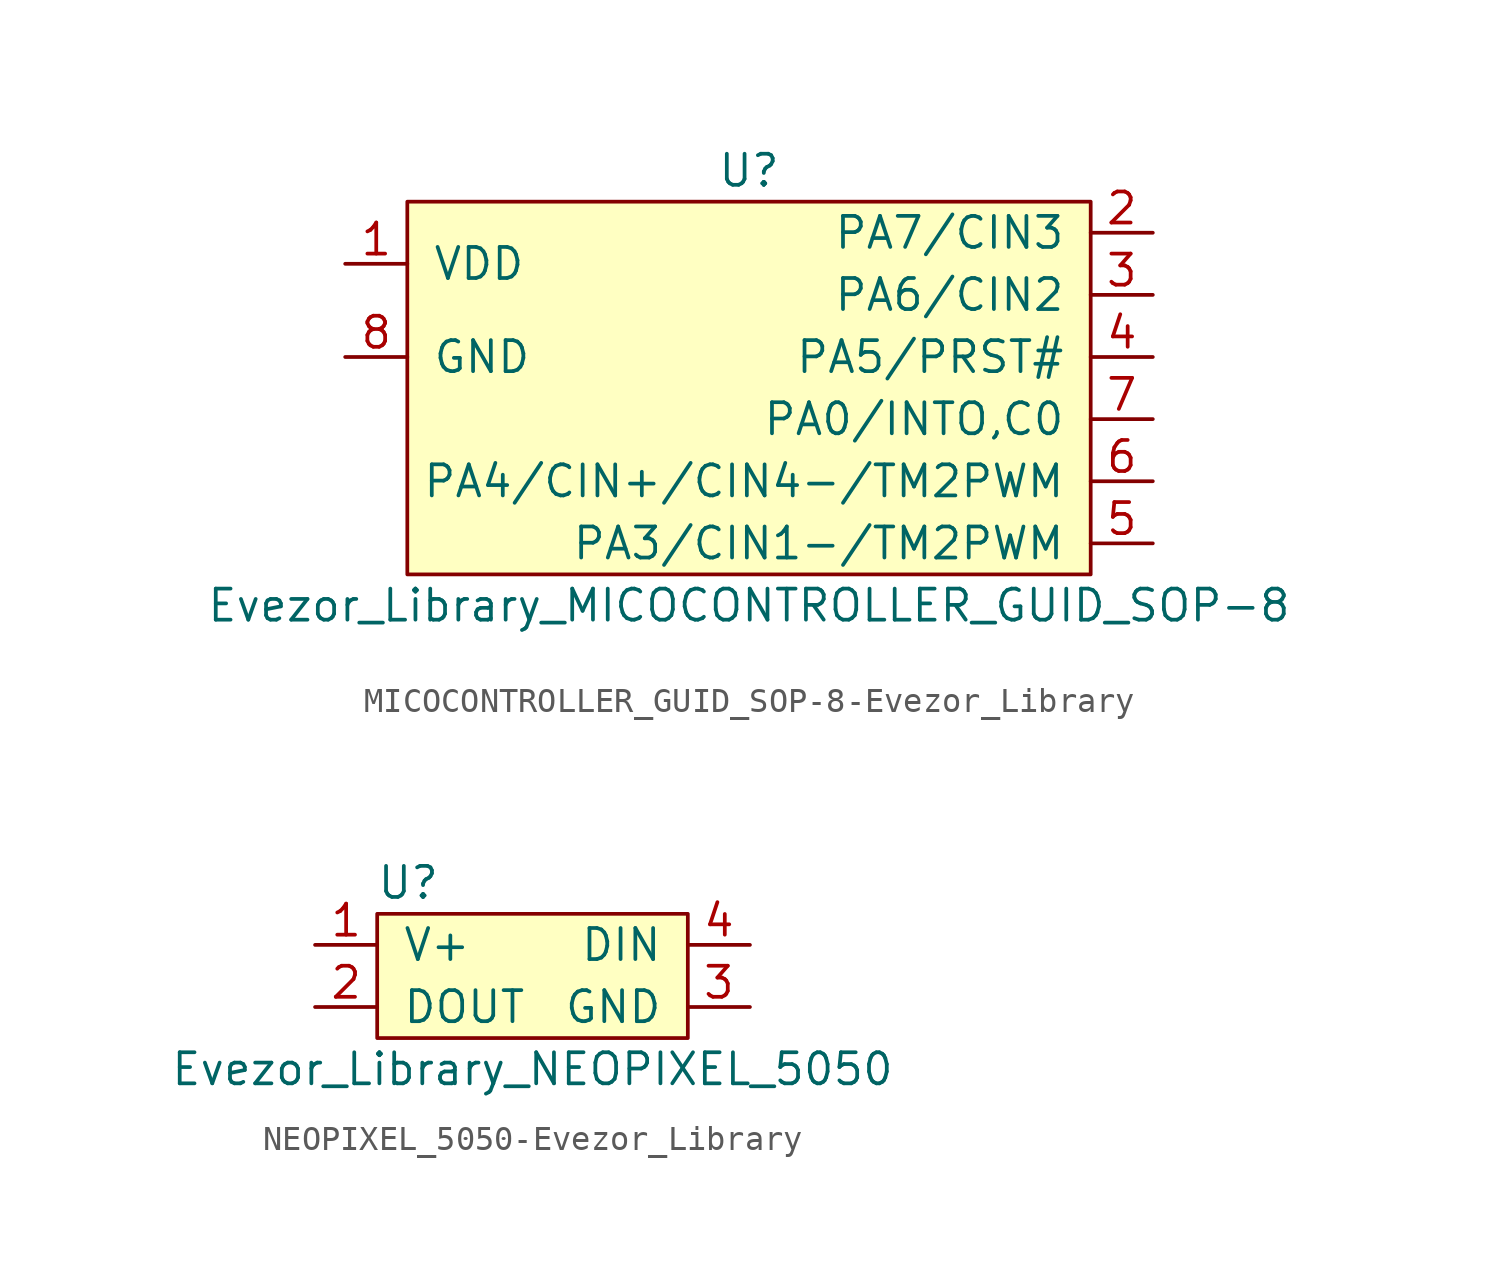
<source format=kicad_sym>
(kicad_symbol_lib
  (version 20220914)
  (generator kicad_symbol_editor)
  (symbol "MICOCONTROLLER_GUID_SOP-8-Evezor_Library"
    (pin_names
      (offset 1.016))
    (property "Reference" "U"
      (at 0 8.89 0)
      (effects (font (size 1.27 1.27))))
    (property "Value" "Evezor_Library_MICOCONTROLLER_GUID_SOP-8"
      (at 0 -8.89 0)
      (effects (font (size 1.27 1.27))))
    (symbol "MICOCONTROLLER_GUID_SOP-8-Evezor_Library_0_1"
      (rectangle (start -13.97 7.62) (end 13.97 -7.62) (stroke (width 0) (type solid)) (fill (type background))))
    (symbol "MICOCONTROLLER_GUID_SOP-8-Evezor_Library_1_1"
      (pin input line (at -16.51 5.08 0) (length 2.54) (name "VDD" (effects (font (size 1.27 1.27)))) (number "1" (effects (font (size 1.27 1.27)))))
      (pin input line (at 16.51 6.35 180) (length 2.54) (name "PA7/CIN3" (effects (font (size 1.27 1.27)))) (number "2" (effects (font (size 1.27 1.27)))))
      (pin input line (at 16.51 3.81 180) (length 2.54) (name "PA6/CIN2" (effects (font (size 1.27 1.27)))) (number "3" (effects (font (size 1.27 1.27)))))
      (pin input line (at 16.51 1.27 180) (length 2.54) (name "PA5/PRST#" (effects (font (size 1.27 1.27)))) (number "4" (effects (font (size 1.27 1.27)))))
      (pin input line (at 16.51 -6.35 180) (length 2.54) (name "PA3/CIN1-/TM2PWM" (effects (font (size 1.27 1.27)))) (number "5" (effects (font (size 1.27 1.27)))))
      (pin input line (at 16.51 -3.81 180) (length 2.54) (name "PA4/CIN+/CIN4-/TM2PWM" (effects (font (size 1.27 1.27)))) (number "6" (effects (font (size 1.27 1.27)))))
      (pin input line (at 16.51 -1.27 180) (length 2.54) (name "PA0/INTO,C0" (effects (font (size 1.27 1.27)))) (number "7" (effects (font (size 1.27 1.27)))))
      (pin input line (at -16.51 1.27 0) (length 2.54) (name "GND" (effects (font (size 1.27 1.27)))) (number "8" (effects (font (size 1.27 1.27)))))))
  (symbol "NEOPIXEL_5050-Evezor_Library"
    (pin_names
      (offset 1.016))
    (property "Reference" "U"
      (at -5.08 3.81 0)
      (effects (font (size 1.27 1.27))))
    (property "Value" "Evezor_Library_NEOPIXEL_5050"
      (at 0 -3.81 0)
      (effects (font (size 1.27 1.27))))
    (symbol "NEOPIXEL_5050-Evezor_Library_0_1"
      (rectangle (start -6.35 2.54) (end 6.35 -2.54) (stroke (width 0) (type solid)) (fill (type background))))
    (symbol "NEOPIXEL_5050-Evezor_Library_1_1"
      (pin passive line (at -8.89 1.27 0) (length 2.54) (name "V+" (effects (font (size 1.27 1.27)))) (number "1" (effects (font (size 1.27 1.27)))))
      (pin passive line (at -8.89 -1.27 0) (length 2.54) (name "DOUT" (effects (font (size 1.27 1.27)))) (number "2" (effects (font (size 1.27 1.27)))))
      (pin passive line (at 8.89 -1.27 180) (length 2.54) (name "GND" (effects (font (size 1.27 1.27)))) (number "3" (effects (font (size 1.27 1.27)))))
      (pin passive line (at 8.89 1.27 180) (length 2.54) (name "DIN" (effects (font (size 1.27 1.27)))) (number "4" (effects (font (size 1.27 1.27))))))))
</source>
